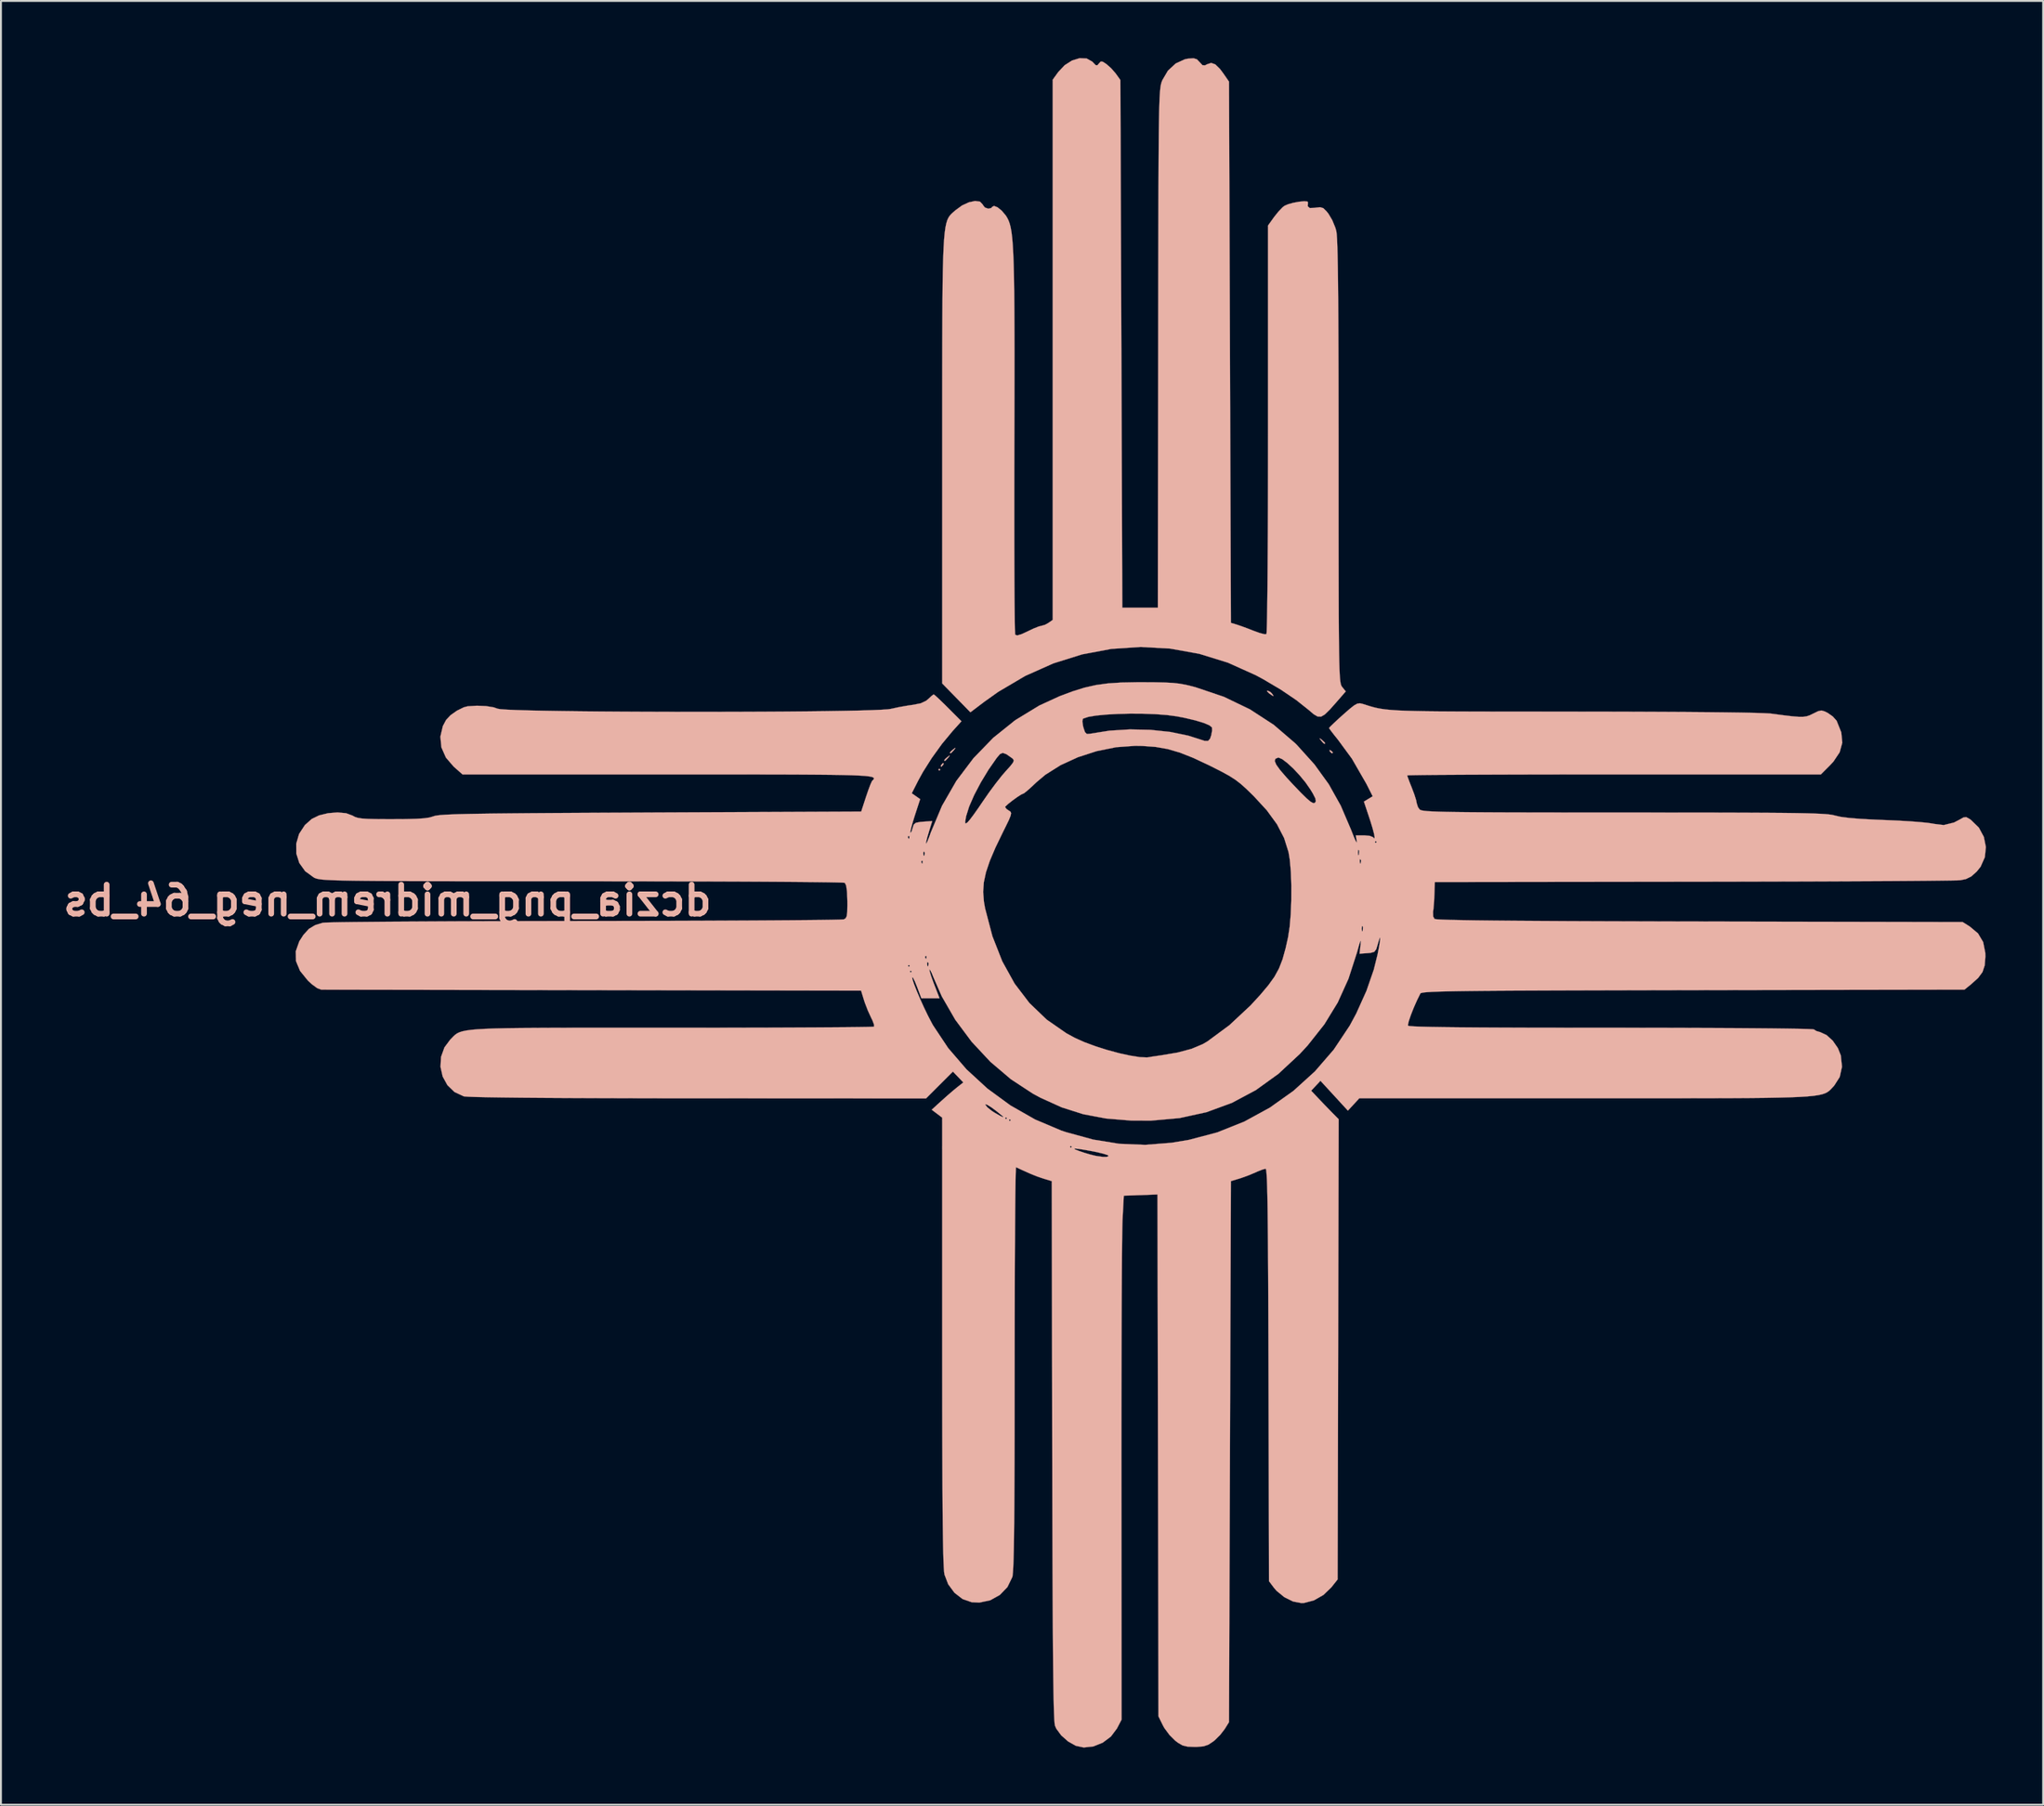
<source format=kicad_pcb>
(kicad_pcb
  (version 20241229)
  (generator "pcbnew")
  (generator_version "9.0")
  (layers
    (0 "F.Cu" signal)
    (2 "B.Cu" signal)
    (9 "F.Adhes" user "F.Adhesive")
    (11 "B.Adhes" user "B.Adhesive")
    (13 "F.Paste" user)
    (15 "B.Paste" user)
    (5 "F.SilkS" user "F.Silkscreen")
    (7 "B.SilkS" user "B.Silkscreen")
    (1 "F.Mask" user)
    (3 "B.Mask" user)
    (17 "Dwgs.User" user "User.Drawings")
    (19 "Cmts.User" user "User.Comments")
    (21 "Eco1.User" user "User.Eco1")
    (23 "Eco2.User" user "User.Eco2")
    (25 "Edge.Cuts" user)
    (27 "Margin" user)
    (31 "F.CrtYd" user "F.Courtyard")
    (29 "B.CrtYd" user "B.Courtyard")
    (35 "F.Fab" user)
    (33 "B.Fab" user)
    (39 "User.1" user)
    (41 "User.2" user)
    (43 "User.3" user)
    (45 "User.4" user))
  (footprint "dczia_png_midrem_neg_64_bs"
    (layer "F.Cu")
    (at 56.395 46.002)
    (property "Reference" "dczia_png_midrem_neg_64_bs" (at -39.116 -1.778 0) (layer "B.SilkS") (effects (font (size 1.524 1.524) (thickness 0.3)) (justify mirror)))
    (attr through_hole)
    (fp_poly (pts (xy -10.1 -8.65) (xy -10.15 -8.6) (xy -10.2 -8.65) (xy -10.15 -8.7) (xy -10.1 -8.65)) (stroke (width 0.01) (type solid)) (fill yes) (layer "B.SilkS"))
    (fp_poly (pts (xy 7.216 -12.731) (xy 7.3 -12.65) (xy 7.388 -12.523) (xy 7.33 -12.532) (xy 7.156 -12.653) (xy 7.047 -12.762) (xy 7.069 -12.8) (xy 7.216 -12.731)) (stroke (width 0.01) (type solid)) (fill yes) (layer "B.SilkS"))
    (fp_poly (pts (xy 10.385 -9.66) (xy 10.491 -9.567) (xy 10.5 -9.544) (xy 10.453 -9.503) (xy 10.354 -9.595) (xy 10.34 -9.615) (xy 10.329 -9.684) (xy 10.385 -9.66)) (stroke (width 0.01) (type solid)) (fill yes) (layer "B.SilkS"))
    (fp_poly (pts (xy -9.931 -8.935) (xy -9.95 -8.9) (xy -10.044 -8.805) (xy -10.062 -8.8) (xy -10.069 -8.865) (xy -10.05 -8.9) (xy -9.956 -8.996) (xy -9.938 -9) (xy -9.931 -8.935)) (stroke (width 0.01) (type solid)) (fill yes) (layer "B.SilkS"))
    (fp_poly (pts (xy -9.631 -9.347) (xy -9.687 -9.275) (xy -9.833 -9.12) (xy -9.898 -9.12) (xy -9.9 -9.138) (xy -9.832 -9.221) (xy -9.725 -9.313) (xy -9.607 -9.399) (xy -9.631 -9.347)) (stroke (width 0.01) (type solid)) (fill yes) (layer "B.SilkS"))
    (fp_poly (pts (xy -9.331 -9.747) (xy -9.387 -9.675) (xy -9.533 -9.52) (xy -9.598 -9.52) (xy -9.6 -9.538) (xy -9.532 -9.621) (xy -9.425 -9.713) (xy -9.307 -9.799) (xy -9.331 -9.747)) (stroke (width 0.01) (type solid)) (fill yes) (layer "B.SilkS"))
    (fp_poly (pts (xy 9.853 -10.269) (xy 9.925 -10.213) (xy 10.08 -10.067) (xy 10.08 -10.002) (xy 10.062 -10) (xy 9.979 -10.068) (xy 9.887 -10.175) (xy 9.801 -10.293) (xy 9.853 -10.269)) (stroke (width 0.01) (type solid)) (fill yes) (layer "B.SilkS"))
    (fp_poly (pts (xy -2.421 -45.982) (xy -2.127 -45.818) (xy -2.093 -45.782) (xy -1.945 -45.631) (xy -1.853 -45.627) (xy -1.777 -45.718) (xy -1.682 -45.821) (xy -1.571 -45.81) (xy -1.384 -45.689) (xy -1.134 -45.468) (xy -0.896 -45.195) (xy -0.879 -45.171) (xy -0.65 -44.85) (xy -0.55 -17.15) (xy 1.317 -17.15) (xy 1.334 -30.75) (xy 1.336 -32.673) (xy 1.338 -34.406) (xy 1.341 -35.959) (xy 1.344 -37.343) (xy 1.347 -38.569) (xy 1.351 -39.645) (xy 1.355 -40.583) (xy 1.361 -41.393) (xy 1.367 -42.085) (xy 1.375 -42.67) (xy 1.384 -43.157) (xy 1.395 -43.557) (xy 1.407 -43.88) (xy 1.422 -44.137) (xy 1.438 -44.337) (xy 1.456 -44.491) (xy 1.477 -44.61) (xy 1.501 -44.703) (xy 1.527 -44.78) (xy 1.55 -44.839) (xy 1.845 -45.341) (xy 2.253 -45.719) (xy 2.734 -45.94) (xy 2.901 -45.973) (xy 3.189 -45.993) (xy 3.366 -45.939) (xy 3.509 -45.79) (xy 3.658 -45.631) (xy 3.791 -45.621) (xy 3.898 -45.677) (xy 4.115 -45.748) (xy 4.333 -45.671) (xy 4.577 -45.432) (xy 4.757 -45.19) (xy 5.05 -44.767) (xy 5.15 -16.355) (xy 5.45 -16.266) (xy 5.707 -16.179) (xy 6.06 -16.049) (xy 6.338 -15.94) (xy 6.656 -15.825) (xy 6.902 -15.76) (xy 7.013 -15.758) (xy 7.025 -15.863) (xy 7.036 -16.157) (xy 7.047 -16.625) (xy 7.057 -17.256) (xy 7.067 -18.038) (xy 7.075 -18.958) (xy 7.082 -20.003) (xy 7.089 -21.162) (xy 7.094 -22.421) (xy 7.097 -23.769) (xy 7.099 -25.193) (xy 7.1 -26.515) (xy 7.1 -37.217) (xy 7.416 -37.658) (xy 7.64 -37.939) (xy 7.859 -38.167) (xy 7.955 -38.244) (xy 8.152 -38.331) (xy 8.429 -38.407) (xy 8.729 -38.462) (xy 8.993 -38.487) (xy 9.162 -38.473) (xy 9.193 -38.438) (xy 9.184 -38.221) (xy 9.289 -38.131) (xy 9.541 -38.14) (xy 9.586 -38.148) (xy 9.831 -38.174) (xy 9.998 -38.125) (xy 10.163 -37.964) (xy 10.268 -37.832) (xy 10.467 -37.498) (xy 10.633 -37.094) (xy 10.682 -36.917) (xy 10.701 -36.772) (xy 10.719 -36.516) (xy 10.734 -36.141) (xy 10.748 -35.641) (xy 10.76 -35.008) (xy 10.77 -34.233) (xy 10.779 -33.31) (xy 10.786 -32.23) (xy 10.791 -30.987) (xy 10.796 -29.571) (xy 10.798 -27.977) (xy 10.8 -26.195) (xy 10.8 -24.803) (xy 10.8 -23.036) (xy 10.8 -21.457) (xy 10.801 -20.057) (xy 10.803 -18.824) (xy 10.805 -17.747) (xy 10.808 -16.815) (xy 10.813 -16.018) (xy 10.819 -15.344) (xy 10.826 -14.783) (xy 10.835 -14.323) (xy 10.846 -13.954) (xy 10.859 -13.664) (xy 10.874 -13.444) (xy 10.891 -13.281) (xy 10.911 -13.165) (xy 10.934 -13.085) (xy 10.96 -13.03) (xy 10.988 -12.99) (xy 11.177 -12.757) (xy 10.677 -12.182) (xy 10.332 -11.794) (xy 10.079 -11.548) (xy 9.881 -11.433) (xy 9.701 -11.439) (xy 9.501 -11.555) (xy 9.249 -11.769) (xy 8.582 -12.301) (xy 7.765 -12.854) (xy 6.845 -13.398) (xy 6.45 -13.611) (xy 4.991 -14.267) (xy 3.49 -14.731) (xy 1.962 -15.005) (xy 0.418 -15.091) (xy -1.127 -14.989) (xy -2.66 -14.701) (xy -4.169 -14.228) (xy -5.641 -13.572) (xy -7.061 -12.734) (xy -7.786 -12.218) (xy -8.521 -11.662) (xy -10 -13.175) (xy -9.999 -24.862) (xy -9.999 -26.703) (xy -9.999 -28.354) (xy -9.998 -29.827) (xy -9.996 -31.132) (xy -9.992 -32.28) (xy -9.986 -33.282) (xy -9.977 -34.148) (xy -9.965 -34.89) (xy -9.948 -35.518) (xy -9.927 -36.042) (xy -9.901 -36.475) (xy -9.869 -36.825) (xy -9.831 -37.105) (xy -9.785 -37.325) (xy -9.733 -37.495) (xy -9.672 -37.627) (xy -9.603 -37.731) (xy -9.525 -37.818) (xy -9.437 -37.899) (xy -9.338 -37.984) (xy -9.306 -38.012) (xy -8.959 -38.266) (xy -8.601 -38.431) (xy -8.274 -38.501) (xy -8.019 -38.467) (xy -7.877 -38.32) (xy -7.871 -38.3) (xy -7.761 -38.159) (xy -7.582 -38.096) (xy -7.424 -38.132) (xy -7.383 -38.188) (xy -7.28 -38.243) (xy -7.097 -38.169) (xy -6.879 -37.994) (xy -6.67 -37.747) (xy -6.65 -37.718) (xy -6.578 -37.6) (xy -6.514 -37.467) (xy -6.458 -37.309) (xy -6.408 -37.113) (xy -6.365 -36.869) (xy -6.328 -36.564) (xy -6.297 -36.187) (xy -6.272 -35.727) (xy -6.251 -35.173) (xy -6.235 -34.511) (xy -6.223 -33.733) (xy -6.215 -32.825) (xy -6.21 -31.776) (xy -6.207 -30.575) (xy -6.208 -29.21) (xy -6.21 -27.671) (xy -6.214 -25.944) (xy -6.215 -25.648) (xy -6.218 -24.264) (xy -6.219 -22.936) (xy -6.219 -21.677) (xy -6.218 -20.501) (xy -6.215 -19.423) (xy -6.211 -18.456) (xy -6.206 -17.613) (xy -6.199 -16.909) (xy -6.192 -16.356) (xy -6.184 -15.97) (xy -6.174 -15.763) (xy -6.169 -15.731) (xy -6.059 -15.695) (xy -5.824 -15.766) (xy -5.524 -15.906) (xy -5.201 -16.059) (xy -4.935 -16.165) (xy -4.797 -16.199) (xy -4.603 -16.254) (xy -4.422 -16.356) (xy -4.2 -16.511) (xy -4.2 -44.87) (xy -3.912 -45.268) (xy -3.573 -45.629) (xy -3.185 -45.876) (xy -2.788 -45.997) (xy -2.421 -45.982)) (stroke (width 0.01) (type solid)) (fill yes) (layer "B.SilkS"))
    (fp_poly (pts (xy 1.18 -13.235) (xy 1.704 -13.223) (xy 2.115 -13.201) (xy 2.458 -13.163) (xy 2.776 -13.105) (xy 3.113 -13.024) (xy 3.302 -12.973) (xy 4.782 -12.473) (xy 6.151 -11.814) (xy 7.398 -11.002) (xy 8.514 -10.044) (xy 8.624 -9.934) (xy 9.533 -8.925) (xy 10.286 -7.883) (xy 10.916 -6.755) (xy 11.458 -5.488) (xy 11.471 -5.453) (xy 11.606 -5.109) (xy 11.704 -4.89) (xy 11.756 -4.819) (xy 11.756 -4.85) (xy 12.7 -4.85) (xy 12.75 -4.8) (xy 12.8 -4.85) (xy 12.75 -4.9) (xy 12.7 -4.85) (xy 11.756 -4.85) (xy 11.757 -4.875) (xy 11.705 -5.2) (xy 12.144 -5.2) (xy 12.441 -5.173) (xy 12.615 -5.101) (xy 12.634 -5.075) (xy 12.679 -5.029) (xy 12.692 -5.109) (xy 12.665 -5.271) (xy 12.587 -5.569) (xy 12.471 -5.949) (xy 12.415 -6.12) (xy 12.131 -6.972) (xy 12.361 -7.112) (xy 12.591 -7.251) (xy 12.262 -7.904) (xy 11.501 -9.225) (xy 10.767 -10.224) (xy 10.542 -10.505) (xy 10.376 -10.722) (xy 10.301 -10.832) (xy 10.3 -10.836) (xy 10.37 -10.915) (xy 10.557 -11.096) (xy 10.83 -11.349) (xy 11.036 -11.534) (xy 11.38 -11.836) (xy 11.617 -12.023) (xy 11.784 -12.115) (xy 11.922 -12.133) (xy 12.061 -12.102) (xy 12.271 -12.036) (xy 12.459 -11.977) (xy 12.641 -11.926) (xy 12.829 -11.881) (xy 13.035 -11.843) (xy 13.273 -11.81) (xy 13.557 -11.783) (xy 13.898 -11.76) (xy 14.312 -11.742) (xy 14.809 -11.728) (xy 15.404 -11.717) (xy 16.11 -11.709) (xy 16.939 -11.704) (xy 17.905 -11.7) (xy 19.021 -11.698) (xy 20.301 -11.697) (xy 21.756 -11.696) (xy 23.086 -11.696) (xy 24.734 -11.694) (xy 26.271 -11.69) (xy 27.687 -11.684) (xy 28.974 -11.677) (xy 30.121 -11.667) (xy 31.118 -11.656) (xy 31.958 -11.644) (xy 32.63 -11.63) (xy 33.124 -11.614) (xy 33.431 -11.598) (xy 33.5 -11.591) (xy 34.132 -11.507) (xy 34.6 -11.451) (xy 34.94 -11.423) (xy 35.185 -11.423) (xy 35.371 -11.451) (xy 35.531 -11.506) (xy 35.702 -11.589) (xy 35.707 -11.592) (xy 35.968 -11.719) (xy 36.142 -11.755) (xy 36.316 -11.705) (xy 36.467 -11.629) (xy 36.732 -11.444) (xy 36.927 -11.228) (xy 36.943 -11.2) (xy 37.181 -10.604) (xy 37.234 -10.066) (xy 37.096 -9.563) (xy 36.766 -9.069) (xy 36.587 -8.878) (xy 36.11 -8.4) (xy 25.255 -8.4) (xy 23.8 -8.4) (xy 22.402 -8.398) (xy 21.074 -8.396) (xy 19.829 -8.393) (xy 18.68 -8.389) (xy 17.64 -8.385) (xy 16.721 -8.38) (xy 15.937 -8.375) (xy 15.3 -8.369) (xy 14.823 -8.362) (xy 14.519 -8.356) (xy 14.401 -8.349) (xy 14.4 -8.348) (xy 14.435 -8.236) (xy 14.526 -7.992) (xy 14.65 -7.681) (xy 14.779 -7.337) (xy 14.87 -7.048) (xy 14.9 -6.89) (xy 14.967 -6.679) (xy 15.057 -6.557) (xy 15.097 -6.532) (xy 15.172 -6.51) (xy 15.292 -6.49) (xy 15.469 -6.472) (xy 15.713 -6.458) (xy 16.037 -6.445) (xy 16.451 -6.434) (xy 16.966 -6.425) (xy 17.594 -6.418) (xy 18.345 -6.412) (xy 19.231 -6.407) (xy 20.263 -6.404) (xy 21.453 -6.402) (xy 22.81 -6.4) (xy 24.347 -6.399) (xy 25.782 -6.399) (xy 27.486 -6.398) (xy 29.001 -6.397) (xy 30.34 -6.396) (xy 31.513 -6.393) (xy 32.532 -6.389) (xy 33.409 -6.384) (xy 34.155 -6.378) (xy 34.782 -6.37) (xy 35.301 -6.36) (xy 35.723 -6.348) (xy 36.061 -6.334) (xy 36.326 -6.318) (xy 36.529 -6.3) (xy 36.682 -6.279) (xy 36.797 -6.255) (xy 36.85 -6.24) (xy 37.151 -6.172) (xy 37.604 -6.114) (xy 38.222 -6.064) (xy 39.018 -6.022) (xy 39.5 -6.003) (xy 40.161 -5.974) (xy 40.777 -5.938) (xy 41.311 -5.897) (xy 41.727 -5.856) (xy 41.99 -5.816) (xy 42.032 -5.805) (xy 42.559 -5.741) (xy 43.094 -5.873) (xy 43.374 -6.018) (xy 43.593 -6.141) (xy 43.737 -6.158) (xy 43.902 -6.069) (xy 43.986 -6.01) (xy 44.4 -5.607) (xy 44.662 -5.119) (xy 44.768 -4.587) (xy 44.713 -4.052) (xy 44.492 -3.554) (xy 44.291 -3.303) (xy 44 -3.043) (xy 43.719 -2.905) (xy 43.429 -2.847) (xy 43.272 -2.839) (xy 42.928 -2.832) (xy 42.407 -2.825) (xy 41.723 -2.817) (xy 40.887 -2.81) (xy 39.911 -2.803) (xy 38.807 -2.797) (xy 37.588 -2.791) (xy 36.265 -2.785) (xy 34.851 -2.78) (xy 33.357 -2.776) (xy 31.795 -2.772) (xy 30.179 -2.769) (xy 29.4 -2.768) (xy 15.85 -2.75) (xy 15.829 -2.1) (xy 15.811 -1.714) (xy 15.783 -1.372) (xy 15.758 -1.184) (xy 15.765 -0.941) (xy 15.836 -0.811) (xy 15.938 -0.795) (xy 16.205 -0.779) (xy 16.639 -0.764) (xy 17.244 -0.751) (xy 18.022 -0.738) (xy 18.977 -0.727) (xy 20.112 -0.717) (xy 21.429 -0.708) (xy 22.933 -0.699) (xy 24.626 -0.692) (xy 26.511 -0.686) (xy 28.591 -0.68) (xy 29.757 -0.678) (xy 43.55 -0.65) (xy 43.922 -0.417) (xy 44.358 -0.052) (xy 44.626 0.402) (xy 44.738 0.968) (xy 44.742 1.177) (xy 44.707 1.625) (xy 44.592 1.973) (xy 44.364 2.283) (xy 43.991 2.618) (xy 43.646 2.898) (xy 29.409 2.924) (xy 27.42 2.928) (xy 25.622 2.932) (xy 24.006 2.936) (xy 22.561 2.94) (xy 21.278 2.945) (xy 20.148 2.95) (xy 19.162 2.956) (xy 18.31 2.963) (xy 17.583 2.971) (xy 16.971 2.98) (xy 16.464 2.99) (xy 16.054 3.001) (xy 15.731 3.013) (xy 15.486 3.027) (xy 15.309 3.042) (xy 15.191 3.06) (xy 15.122 3.079) (xy 15.092 3.1) (xy 15.092 3.1) (xy 14.915 3.46) (xy 14.742 3.852) (xy 14.594 4.228) (xy 14.487 4.542) (xy 14.44 4.745) (xy 14.445 4.792) (xy 14.528 4.811) (xy 14.758 4.828) (xy 15.138 4.843) (xy 15.674 4.856) (xy 16.372 4.867) (xy 17.236 4.877) (xy 18.272 4.885) (xy 19.485 4.891) (xy 20.88 4.896) (xy 22.462 4.898) (xy 24.237 4.9) (xy 25.1 4.9) (xy 26.567 4.901) (xy 27.971 4.903) (xy 29.299 4.907) (xy 30.537 4.912) (xy 31.675 4.918) (xy 32.698 4.926) (xy 33.595 4.934) (xy 34.352 4.944) (xy 34.958 4.954) (xy 35.4 4.965) (xy 35.665 4.977) (xy 35.742 4.987) (xy 35.871 5.069) (xy 36.077 5.13) (xy 36.41 5.284) (xy 36.734 5.58) (xy 37.001 5.965) (xy 37.155 6.349) (xy 37.218 6.944) (xy 37.099 7.483) (xy 36.804 7.944) (xy 36.779 7.971) (xy 36.692 8.064) (xy 36.613 8.147) (xy 36.532 8.221) (xy 36.437 8.286) (xy 36.318 8.344) (xy 36.164 8.394) (xy 35.964 8.437) (xy 35.707 8.474) (xy 35.383 8.505) (xy 34.981 8.53) (xy 34.49 8.55) (xy 33.899 8.566) (xy 33.198 8.579) (xy 32.375 8.588) (xy 31.42 8.594) (xy 30.322 8.597) (xy 29.07 8.599) (xy 27.654 8.6) (xy 26.063 8.6) (xy 24.286 8.6) (xy 23.727 8.6) (xy 11.889 8.6) (xy 11.289 9.25) (xy 10.57 8.466) (xy 9.85 7.682) (xy 9.606 7.943) (xy 9.362 8.203) (xy 9.756 8.621) (xy 10.049 8.928) (xy 10.35 9.239) (xy 10.477 9.37) (xy 10.805 9.701) (xy 10.777 21.78) (xy 10.75 33.858) (xy 10.423 34.271) (xy 10.008 34.671) (xy 9.51 34.956) (xy 8.992 35.093) (xy 8.852 35.1) (xy 8.41 35.016) (xy 7.952 34.788) (xy 7.546 34.457) (xy 7.4 34.285) (xy 7.15 33.95) (xy 7.124 23.125) (xy 7.119 21.351) (xy 7.114 19.769) (xy 7.108 18.367) (xy 7.101 17.138) (xy 7.094 16.073) (xy 7.085 15.161) (xy 7.076 14.394) (xy 7.065 13.762) (xy 7.053 13.257) (xy 7.039 12.869) (xy 7.023 12.589) (xy 7.006 12.408) (xy 6.987 12.316) (xy 6.974 12.3) (xy 6.812 12.34) (xy 6.555 12.441) (xy 6.45 12.489) (xy 6.085 12.643) (xy 5.685 12.787) (xy 5.6 12.814) (xy 5.15 12.95) (xy 5.05 41.35) (xy 4.823 41.714) (xy 4.592 42.013) (xy 4.3 42.302) (xy 4.223 42.364) (xy 3.966 42.534) (xy 3.712 42.62) (xy 3.373 42.648) (xy 3.246 42.65) (xy 2.877 42.636) (xy 2.616 42.573) (xy 2.375 42.434) (xy 2.229 42.323) (xy 1.927 42.023) (xy 1.658 41.658) (xy 1.583 41.523) (xy 1.35 41.05) (xy 1.298 13.65) (xy -0.471 13.713) (xy -0.538 14.984) (xy -0.546 15.245) (xy -0.554 15.692) (xy -0.562 16.313) (xy -0.569 17.092) (xy -0.575 18.016) (xy -0.581 19.072) (xy -0.586 20.246) (xy -0.59 21.525) (xy -0.593 22.894) (xy -0.596 24.34) (xy -0.597 25.85) (xy -0.598 27.409) (xy -0.597 28.738) (xy -0.59 41.221) (xy -0.832 41.685) (xy -1.148 42.107) (xy -1.577 42.427) (xy -2.068 42.625) (xy -2.573 42.68) (xy -2.987 42.592) (xy -3.393 42.364) (xy -3.755 42.044) (xy -4.014 41.691) (xy -4.083 41.531) (xy -4.101 41.421) (xy -4.117 41.207) (xy -4.132 40.881) (xy -4.146 40.436) (xy -4.158 39.864) (xy -4.169 39.159) (xy -4.179 38.314) (xy -4.188 37.322) (xy -4.196 36.175) (xy -4.203 34.866) (xy -4.21 33.388) (xy -4.215 31.734) (xy -4.22 29.897) (xy -4.224 27.87) (xy -4.226 27.05) (xy -4.25 12.95) (xy -4.7 12.813) (xy -5.017 12.706) (xy -5.372 12.563) (xy -5.82 12.362) (xy -6.125 12.219) (xy -6.135 12.312) (xy -6.145 12.592) (xy -6.154 13.046) (xy -6.163 13.661) (xy -6.171 14.424) (xy -6.178 15.323) (xy -6.184 16.343) (xy -6.19 17.473) (xy -6.194 18.7) (xy -6.197 20.009) (xy -6.199 21.389) (xy -6.2 22.755) (xy -6.201 24.555) (xy -6.202 26.164) (xy -6.205 27.591) (xy -6.21 28.843) (xy -6.216 29.931) (xy -6.224 30.863) (xy -6.233 31.648) (xy -6.244 32.294) (xy -6.257 32.81) (xy -6.272 33.205) (xy -6.289 33.488) (xy -6.308 33.667) (xy -6.321 33.732) (xy -6.577 34.258) (xy -6.975 34.672) (xy -7.478 34.952) (xy -8.05 35.073) (xy -8.451 35.055) (xy -8.93 34.888) (xy -9.355 34.56) (xy -9.686 34.111) (xy -9.88 33.604) (xy -9.9 33.465) (xy -9.917 33.222) (xy -9.933 32.866) (xy -9.947 32.391) (xy -9.959 31.787) (xy -9.969 31.047) (xy -9.978 30.163) (xy -9.985 29.127) (xy -9.99 27.931) (xy -9.995 26.567) (xy -9.998 25.027) (xy -9.999 23.303) (xy -10 21.387) (xy -10 11.243) (xy -3.076 11.243) (xy -3.014 11.29) (xy -2.815 11.37) (xy -2.536 11.464) (xy -2.234 11.553) (xy -1.966 11.619) (xy -1.9 11.631) (xy -1.561 11.679) (xy -1.366 11.678) (xy -1.263 11.63) (xy -1.262 11.629) (xy -1.322 11.581) (xy -1.539 11.511) (xy -1.877 11.43) (xy -2.115 11.382) (xy -2.519 11.309) (xy -2.841 11.259) (xy -3.038 11.239) (xy -3.076 11.243) (xy -10 11.243) (xy -10 11.15) (xy -3.3 11.15) (xy -3.25 11.2) (xy -3.2 11.15) (xy -3.25 11.1) (xy -3.3 11.15) (xy -10 11.15) (xy -10 9.75) (xy -6.5 9.75) (xy -6.45 9.8) (xy -6.4 9.75) (xy -6.45 9.7) (xy -6.5 9.75) (xy -10 9.75) (xy -10 9.65) (xy -6.7 9.65) (xy -6.65 9.7) (xy -6.6 9.65) (xy -6.65 9.6) (xy -6.7 9.65) (xy -10 9.65) (xy -10 9.617) (xy -10.55 9.202) (xy -10.266 8.942) (xy -7.739 8.942) (xy -7.621 9.086) (xy -7.392 9.267) (xy -7.264 9.35) (xy -6.968 9.52) (xy -6.81 9.594) (xy -6.802 9.567) (xy -6.855 9.518) (xy -7.158 9.27) (xy -7.428 9.071) (xy -7.633 8.945) (xy -7.736 8.914) (xy -7.739 8.942) (xy -10.266 8.942) (xy -10.05 8.745) (xy -9.732 8.461) (xy -9.418 8.191) (xy -9.221 8.029) (xy -8.892 7.77) (xy -9.165 7.484) (xy -9.439 7.198) (xy -10.145 7.904) (xy -10.85 8.609) (xy -22.8 8.603) (xy -24.744 8.602) (xy -26.537 8.598) (xy -28.173 8.593) (xy -29.649 8.587) (xy -30.96 8.579) (xy -32.1 8.57) (xy -33.066 8.559) (xy -33.851 8.547) (xy -34.453 8.534) (xy -34.865 8.519) (xy -35.084 8.503) (xy -35.11 8.498) (xy -35.596 8.271) (xy -35.967 7.911) (xy -36.214 7.459) (xy -36.328 6.952) (xy -36.3 6.429) (xy -36.12 5.928) (xy -35.821 5.527) (xy -35.726 5.429) (xy -35.642 5.342) (xy -35.558 5.265) (xy -35.46 5.197) (xy -35.339 5.138) (xy -35.183 5.088) (xy -34.979 5.045) (xy -34.717 5.009) (xy -34.385 4.979) (xy -33.971 4.956) (xy -33.463 4.937) (xy -32.851 4.923) (xy -32.123 4.913) (xy -31.267 4.907) (xy -30.271 4.902) (xy -29.125 4.9) (xy -27.816 4.9) (xy -26.332 4.9) (xy -24.664 4.9) (xy -24.22 4.9) (xy -22.782 4.899) (xy -21.4 4.898) (xy -20.088 4.895) (xy -18.858 4.892) (xy -17.725 4.887) (xy -16.7 4.882) (xy -15.797 4.876) (xy -15.03 4.87) (xy -14.411 4.863) (xy -13.953 4.856) (xy -13.669 4.848) (xy -13.573 4.84) (xy -13.58 4.725) (xy -13.666 4.499) (xy -13.732 4.365) (xy -13.898 4.005) (xy -14.057 3.592) (xy -14.104 3.45) (xy -14.257 2.95) (xy -28.304 2.925) (xy -29.967 2.922) (xy -31.578 2.919) (xy -33.124 2.916) (xy -34.594 2.914) (xy -35.977 2.911) (xy -37.261 2.909) (xy -38.434 2.907) (xy -39.485 2.905) (xy -40.403 2.904) (xy -41.175 2.902) (xy -41.79 2.901) (xy -42.237 2.901) (xy -42.504 2.9) (xy -42.58 2.9) (xy -42.794 2.823) (xy -43.086 2.609) (xy -43.287 2.422) (xy -43.436 2.239) (xy -11.572 2.239) (xy -11.562 2.353) (xy -11.478 2.609) (xy -11.338 2.967) (xy -11.159 3.389) (xy -10.955 3.838) (xy -10.744 4.275) (xy -10.543 4.661) (xy -10.483 4.769) (xy -9.687 5.966) (xy -8.727 7.081) (xy -7.629 8.091) (xy -6.418 8.977) (xy -5.12 9.717) (xy -3.761 10.292) (xy -3.5 10.38) (xy -2.074 10.77) (xy -0.706 10.991) (xy 0.648 11.046) (xy 2.034 10.937) (xy 2.946 10.785) (xy 4.432 10.393) (xy 5.855 9.824) (xy 7.195 9.092) (xy 8.435 8.21) (xy 9.558 7.191) (xy 10.546 6.049) (xy 11.382 4.795) (xy 11.73 4.148) (xy 12.264 2.962) (xy 12.649 1.849) (xy 12.843 1.067) (xy 12.925 0.645) (xy 12.973 0.345) (xy 12.986 0.183) (xy 12.964 0.174) (xy 12.906 0.337) (xy 12.861 0.5) (xy 12.777 0.775) (xy 12.675 0.912) (xy 12.493 0.965) (xy 12.322 0.981) (xy 11.902 1.011) (xy 11.955 0.531) (xy 11.968 0.354) (xy 11.946 0.344) (xy 11.888 0.511) (xy 11.788 0.863) (xy 11.764 0.95) (xy 11.319 2.329) (xy 10.756 3.573) (xy 10.053 4.721) (xy 9.187 5.816) (xy 8.763 6.277) (xy 7.644 7.317) (xy 6.46 8.171) (xy 5.205 8.841) (xy 3.872 9.33) (xy 2.453 9.641) (xy 0.942 9.776) (xy -0.092 9.771) (xy -1.406 9.662) (xy -2.602 9.436) (xy -3.73 9.077) (xy -4.845 8.571) (xy -5.245 8.355) (xy -6.395 7.601) (xy -7.475 6.683) (xy -8.456 5.631) (xy -9.314 4.478) (xy -10.021 3.253) (xy -10.45 2.273) (xy -10.558 2.011) (xy -10.642 1.857) (xy -10.67 1.837) (xy -10.656 1.943) (xy -10.582 2.187) (xy -10.462 2.521) (xy -10.426 2.614) (xy -10.141 3.35) (xy -11.094 3.35) (xy -11.311 2.772) (xy -11.429 2.478) (xy -11.525 2.287) (xy -11.572 2.239) (xy -43.436 2.239) (xy -43.669 1.95) (xy -11.7 1.95) (xy -11.65 2) (xy -11.6 1.95) (xy -11.65 1.9) (xy -11.7 1.95) (xy -43.669 1.95) (xy -43.699 1.913) (xy -43.808 1.65) (xy -11.8 1.65) (xy -11.75 1.7) (xy -11.7 1.65) (xy -11.75 1.6) (xy -11.8 1.65) (xy -43.808 1.65) (xy -43.853 1.542) (xy -10.792 1.542) (xy -10.774 1.671) (xy -10.74 1.673) (xy -10.716 1.539) (xy -10.732 1.481) (xy -10.776 1.443) (xy -10.792 1.542) (xy -43.853 1.542) (xy -43.911 1.403) (xy -43.916 1.2) (xy -10.9 1.2) (xy -10.863 1.282) (xy -10.833 1.267) (xy -10.821 1.148) (xy -10.833 1.133) (xy -10.893 1.147) (xy -10.9 1.2) (xy -43.916 1.2) (xy -43.924 0.888) (xy -43.739 0.363) (xy -43.518 0.02) (xy -43.23 -0.294) (xy -42.9 -0.492) (xy -42.502 -0.612) (xy -42.361 -0.622) (xy -42.032 -0.632) (xy -41.526 -0.642) (xy -40.857 -0.651) (xy -40.035 -0.659) (xy -39.073 -0.668) (xy -37.983 -0.675) (xy -36.777 -0.682) (xy -35.467 -0.689) (xy -34.065 -0.694) (xy -32.582 -0.699) (xy -31.031 -0.702) (xy -29.423 -0.705) (xy -28.75 -0.706) (xy -27.126 -0.708) (xy -25.556 -0.711) (xy -24.051 -0.714) (xy -22.624 -0.719) (xy -21.285 -0.725) (xy -20.047 -0.731) (xy -18.921 -0.738) (xy -17.919 -0.745) (xy -17.054 -0.753) (xy -16.336 -0.761) (xy -15.778 -0.769) (xy -15.391 -0.778) (xy -15.188 -0.787) (xy -15.159 -0.791) (xy -15.067 -0.848) (xy -15.011 -0.96) (xy -14.984 -1.169) (xy -14.976 -1.517) (xy -14.977 -1.746) (xy -14.994 -2.23) (xy -7.852 -2.23) (xy -7.813 -1.727) (xy -7.751 -1.371) (xy -7.367 0.092) (xy -6.85 1.409) (xy -6.202 2.58) (xy -5.423 3.602) (xy -4.516 4.472) (xy -3.481 5.19) (xy -3.031 5.434) (xy -2.533 5.657) (xy -1.952 5.872) (xy -1.329 6.069) (xy -0.706 6.237) (xy -0.124 6.364) (xy 0.374 6.442) (xy 0.748 6.458) (xy 0.862 6.442) (xy 1.022 6.414) (xy 1.3 6.373) (xy 1.462 6.351) (xy 2.357 6.2) (xy 3.084 6.006) (xy 3.67 5.76) (xy 3.918 5.616) (xy 5.069 4.766) (xy 6.184 3.725) (xy 6.702 3.16) (xy 7.12 2.662) (xy 7.435 2.223) (xy 7.673 1.789) (xy 7.861 1.306) (xy 8.023 0.72) (xy 8.15 0.15) (xy 8.219 -0.3) (xy 12.016 -0.3) (xy 12.032 -0.158) (xy 12.066 -0.175) (xy 12.079 -0.38) (xy 12.066 -0.425) (xy 12.03 -0.438) (xy 12.016 -0.3) (xy 8.219 -0.3) (xy 8.233 -0.39) (xy 8.29 -1.058) (xy 8.319 -1.799) (xy 8.322 -2.556) (xy 8.297 -3.275) (xy 8.247 -3.858) (xy 11.908 -3.858) (xy 11.926 -3.729) (xy 11.96 -3.727) (xy 11.984 -3.861) (xy 11.968 -3.919) (xy 11.924 -3.957) (xy 11.908 -3.858) (xy 8.247 -3.858) (xy 8.244 -3.898) (xy 8.179 -4.3) (xy 11.816 -4.3) (xy 11.832 -4.158) (xy 11.866 -4.175) (xy 11.879 -4.38) (xy 11.866 -4.425) (xy 11.83 -4.438) (xy 11.816 -4.3) (xy 8.179 -4.3) (xy 8.177 -4.315) (xy 7.942 -5.061) (xy 7.567 -5.786) (xy 7.034 -6.517) (xy 6.348 -7.262) (xy 5.983 -7.618) (xy 5.679 -7.893) (xy 5.389 -8.117) (xy 5.067 -8.324) (xy 4.668 -8.543) (xy 4.145 -8.808) (xy 3.99 -8.885) (xy 3.523 -9.104) (xy 7.45 -9.104) (xy 7.528 -8.912) (xy 7.73 -8.631) (xy 8.063 -8.244) (xy 8.408 -7.871) (xy 8.821 -7.439) (xy 9.123 -7.143) (xy 9.333 -6.966) (xy 9.471 -6.892) (xy 9.555 -6.904) (xy 9.556 -6.905) (xy 9.609 -6.996) (xy 9.58 -7.145) (xy 9.454 -7.393) (xy 9.32 -7.614) (xy 9.064 -7.982) (xy 8.754 -8.358) (xy 8.426 -8.708) (xy 8.11 -9) (xy 7.841 -9.203) (xy 7.651 -9.283) (xy 7.626 -9.281) (xy 7.485 -9.221) (xy 7.45 -9.104) (xy 3.523 -9.104) (xy 3.178 -9.266) (xy 2.475 -9.544) (xy 1.831 -9.732) (xy 1.193 -9.844) (xy 0.51 -9.894) (xy 0.117 -9.9) (xy -0.876 -9.828) (xy -1.888 -9.624) (xy -2.874 -9.305) (xy -3.787 -8.886) (xy -4.585 -8.384) (xy -5.041 -8.001) (xy -5.33 -7.73) (xy -5.564 -7.523) (xy -5.707 -7.411) (xy -5.731 -7.4) (xy -5.854 -7.345) (xy -6.067 -7.208) (xy -6.313 -7.03) (xy -6.536 -6.854) (xy -6.677 -6.723) (xy -6.7 -6.684) (xy -6.623 -6.582) (xy -6.501 -6.5) (xy -6.419 -6.445) (xy -6.385 -6.368) (xy -6.41 -6.234) (xy -6.501 -6.009) (xy -6.67 -5.661) (xy -6.804 -5.392) (xy -7.205 -4.562) (xy -7.502 -3.864) (xy -7.704 -3.265) (xy -7.818 -2.731) (xy -7.852 -2.23) (xy -14.994 -2.23) (xy -14.995 -2.244) (xy -15.038 -2.559) (xy -15.109 -2.705) (xy -15.116 -2.71) (xy -15.23 -2.72) (xy -15.532 -2.729) (xy -16.011 -2.738) (xy -16.656 -2.746) (xy -17.454 -2.754) (xy -18.394 -2.762) (xy -19.464 -2.769) (xy -20.653 -2.775) (xy -21.95 -2.78) (xy -23.342 -2.784) (xy -24.818 -2.788) (xy -26.367 -2.79) (xy -27.976 -2.792) (xy -28.92 -2.792) (xy -30.849 -2.792) (xy -32.588 -2.792) (xy -34.147 -2.793) (xy -35.536 -2.794) (xy -36.766 -2.796) (xy -37.847 -2.799) (xy -38.788 -2.803) (xy -39.601 -2.807) (xy -40.295 -2.813) (xy -40.88 -2.82) (xy -41.367 -2.829) (xy -41.765 -2.839) (xy -42.085 -2.851) (xy -42.337 -2.864) (xy -42.531 -2.88) (xy -42.678 -2.898) (xy -42.786 -2.919) (xy -42.867 -2.941) (xy -42.931 -2.967) (xy -42.972 -2.987) (xy -43.43 -3.32) (xy -43.738 -3.751) (xy -43.753 -3.8) (xy -11.1 -3.8) (xy -11.063 -3.718) (xy -11.033 -3.733) (xy -11.021 -3.852) (xy -11.033 -3.867) (xy -11.093 -3.853) (xy -11.1 -3.8) (xy -43.753 -3.8) (xy -43.894 -4.245) (xy -43.894 -4.258) (xy -10.992 -4.258) (xy -10.974 -4.129) (xy -10.94 -4.127) (xy -10.916 -4.261) (xy -10.932 -4.319) (xy -10.976 -4.357) (xy -10.992 -4.258) (xy -43.894 -4.258) (xy -43.898 -4.765) (xy -43.8 -5.1) (xy -11.8 -5.1) (xy -11.763 -5.018) (xy -11.733 -5.033) (xy -11.721 -5.152) (xy -11.733 -5.167) (xy -11.793 -5.153) (xy -11.8 -5.1) (xy -43.8 -5.1) (xy -43.749 -5.276) (xy -43.444 -5.742) (xy -43.08 -6.064) (xy -42.699 -6.249) (xy -42.227 -6.364) (xy -41.733 -6.404) (xy -41.283 -6.363) (xy -40.944 -6.237) (xy -40.821 -6.169) (xy -40.667 -6.12) (xy -40.452 -6.086) (xy -40.143 -6.065) (xy -39.709 -6.054) (xy -39.118 -6.05) (xy -38.854 -6.05) (xy -38.142 -6.054) (xy -37.6 -6.069) (xy -37.202 -6.095) (xy -36.919 -6.135) (xy -36.721 -6.191) (xy -36.7 -6.2) (xy -36.624 -6.224) (xy -36.504 -6.245) (xy -36.331 -6.265) (xy -36.093 -6.282) (xy -35.78 -6.298) (xy -35.38 -6.312) (xy -34.883 -6.324) (xy -34.277 -6.335) (xy -33.553 -6.346) (xy -32.698 -6.355) (xy -31.703 -6.364) (xy -30.556 -6.372) (xy -29.246 -6.38) (xy -27.763 -6.388) (xy -26.096 -6.396) (xy -25.3 -6.4) (xy -14.25 -6.45) (xy -14 -7.218) (xy -13.874 -7.586) (xy -13.763 -7.879) (xy -13.687 -8.044) (xy -13.675 -8.06) (xy -13.623 -8.113) (xy -13.588 -8.16) (xy -13.582 -8.202) (xy -13.615 -8.238) (xy -13.696 -8.27) (xy -13.838 -8.297) (xy -14.051 -8.321) (xy -14.345 -8.34) (xy -14.731 -8.356) (xy -15.22 -8.369) (xy -15.821 -8.379) (xy -16.547 -8.386) (xy -17.407 -8.392) (xy -18.412 -8.396) (xy -19.574 -8.398) (xy -20.901 -8.399) (xy -22.405 -8.4) (xy -24.098 -8.4) (xy -35.172 -8.4) (xy -35.634 -8.807) (xy -36.044 -9.283) (xy -36.28 -9.817) (xy -36.335 -10.378) (xy -36.206 -10.935) (xy -36.034 -11.261) (xy -35.8 -11.509) (xy -35.462 -11.747) (xy -35.108 -11.921) (xy -34.9 -11.976) (xy -34.411 -12.005) (xy -33.933 -11.985) (xy -33.534 -11.92) (xy -33.334 -11.849) (xy -33.185 -11.824) (xy -32.853 -11.8) (xy -32.354 -11.778) (xy -31.704 -11.759) (xy -30.921 -11.742) (xy -30.021 -11.727) (xy -29.02 -11.714) (xy -27.935 -11.703) (xy -26.783 -11.695) (xy -25.58 -11.689) (xy -24.342 -11.685) (xy -23.087 -11.683) (xy -21.831 -11.684) (xy -20.591 -11.687) (xy -19.382 -11.692) (xy -18.223 -11.699) (xy -17.128 -11.709) (xy -16.115 -11.721) (xy -15.2 -11.736) (xy -14.401 -11.752) (xy -13.733 -11.771) (xy -13.213 -11.793) (xy -12.857 -11.816) (xy -12.696 -11.839) (xy -12.263 -11.933) (xy -11.781 -12.017) (xy -11.562 -12.048) (xy -11.129 -12.131) (xy -10.836 -12.27) (xy -10.732 -12.359) (xy -10.557 -12.521) (xy -10.45 -12.599) (xy -10.445 -12.6) (xy -10.359 -12.534) (xy -10.166 -12.355) (xy -9.896 -12.095) (xy -9.695 -11.895) (xy -8.991 -11.19) (xy -9.459 -10.67) (xy -10.008 -10.009) (xy -10.545 -9.266) (xy -11.016 -8.521) (xy -11.258 -8.08) (xy -11.598 -7.41) (xy -11.378 -7.256) (xy -11.158 -7.102) (xy -11.438 -6.243) (xy -11.556 -5.859) (xy -11.638 -5.552) (xy -11.672 -5.367) (xy -11.668 -5.335) (xy -11.616 -5.384) (xy -11.557 -5.57) (xy -11.554 -5.584) (xy -11.495 -5.765) (xy -11.385 -5.86) (xy -11.161 -5.903) (xy -11.006 -5.916) (xy -10.524 -5.95) (xy -10.665 -5.5) (xy -10.788 -5.084) (xy -10.848 -4.833) (xy -10.848 -4.752) (xy -10.791 -4.848) (xy -10.679 -5.128) (xy -10.602 -5.344) (xy -10.367 -5.902) (xy -8.796 -5.902) (xy -8.779 -5.82) (xy -8.695 -5.864) (xy -8.671 -5.883) (xy -8.553 -6.017) (xy -8.355 -6.279) (xy -8.106 -6.631) (xy -7.855 -7) (xy -7.534 -7.463) (xy -7.187 -7.931) (xy -6.865 -8.339) (xy -6.679 -8.554) (xy -6.42 -8.842) (xy -6.281 -9.023) (xy -6.243 -9.135) (xy -6.289 -9.216) (xy -6.355 -9.269) (xy -6.636 -9.464) (xy -6.822 -9.53) (xy -6.969 -9.467) (xy -7.133 -9.276) (xy -7.133 -9.276) (xy -7.573 -8.644) (xy -7.977 -7.976) (xy -8.323 -7.318) (xy -8.586 -6.715) (xy -8.744 -6.21) (xy -8.757 -6.146) (xy -8.796 -5.902) (xy -10.367 -5.902) (xy -10.011 -6.75) (xy -9.258 -8.058) (xy -8.357 -9.253) (xy -7.322 -10.321) (xy -6.249 -11.181) (xy -2.645 -11.181) (xy -2.61 -10.94) (xy -2.59 -10.862) (xy -2.508 -10.618) (xy -2.409 -10.524) (xy -2.24 -10.533) (xy -2.217 -10.538) (xy -1.219 -10.696) (xy -0.152 -10.762) (xy 0.928 -10.739) (xy 1.968 -10.629) (xy 2.913 -10.434) (xy 3.45 -10.264) (xy 3.765 -10.161) (xy 3.95 -10.159) (xy 4.056 -10.271) (xy 4.119 -10.457) (xy 4.164 -10.703) (xy 4.157 -10.865) (xy 4.025 -10.976) (xy 3.725 -11.103) (xy 3.286 -11.236) (xy 2.738 -11.366) (xy 2.297 -11.451) (xy 1.791 -11.518) (xy 1.195 -11.563) (xy 0.543 -11.587) (xy -0.129 -11.591) (xy -0.788 -11.575) (xy -1.397 -11.541) (xy -1.922 -11.49) (xy -2.329 -11.422) (xy -2.581 -11.339) (xy -2.623 -11.311) (xy -2.645 -11.181) (xy -6.249 -11.181) (xy -6.166 -11.247) (xy -4.904 -12.016) (xy -3.849 -12.501) (xy -3.158 -12.76) (xy -2.539 -12.953) (xy -1.941 -13.089) (xy -1.312 -13.176) (xy -0.601 -13.223) (xy 0.243 -13.239) (xy 0.5 -13.239) (xy 1.18 -13.235)) (stroke (width 0.01) (type solid)) (fill yes) (layer "B.SilkS")))
  (gr_rect
    (start -3 -3)
    (end 104.168 91.687)
    (stroke (width 0.1) (type default))
    (fill no)
    (layer "Edge.Cuts")))
</source>
